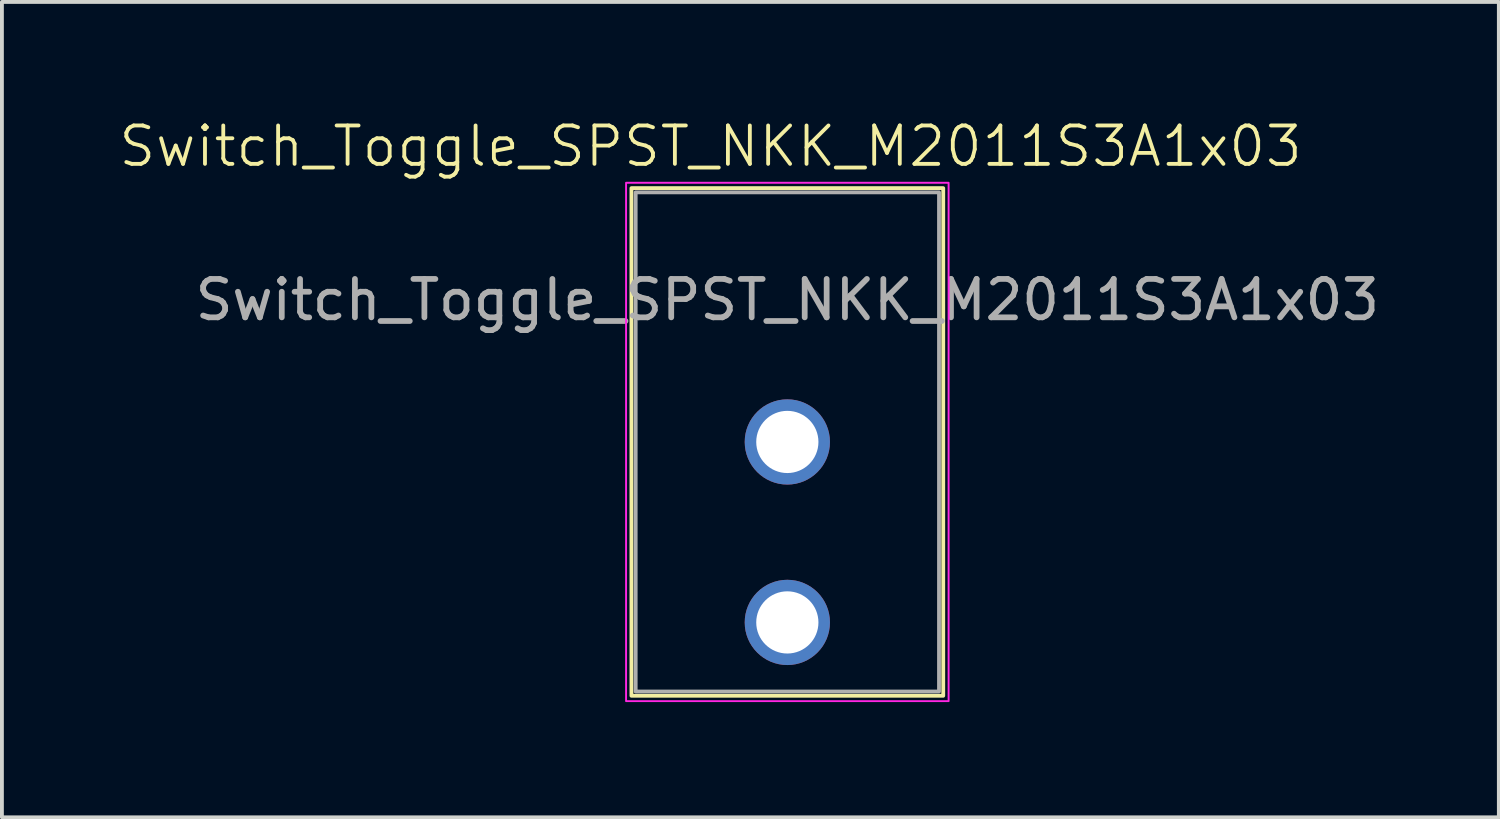
<source format=kicad_pcb>
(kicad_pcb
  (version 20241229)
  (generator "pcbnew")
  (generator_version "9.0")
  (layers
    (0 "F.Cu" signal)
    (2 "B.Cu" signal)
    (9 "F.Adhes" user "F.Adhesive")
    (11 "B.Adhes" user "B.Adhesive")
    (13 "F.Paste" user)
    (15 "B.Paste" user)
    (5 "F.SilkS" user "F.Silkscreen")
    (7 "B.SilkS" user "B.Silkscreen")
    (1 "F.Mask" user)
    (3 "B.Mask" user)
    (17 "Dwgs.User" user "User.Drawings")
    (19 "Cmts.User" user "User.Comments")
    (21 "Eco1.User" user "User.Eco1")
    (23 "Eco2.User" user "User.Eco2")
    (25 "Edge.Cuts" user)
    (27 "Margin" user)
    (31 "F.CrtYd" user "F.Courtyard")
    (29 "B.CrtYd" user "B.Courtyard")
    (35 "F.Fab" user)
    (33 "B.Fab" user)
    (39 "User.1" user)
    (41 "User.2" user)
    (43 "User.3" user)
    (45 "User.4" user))
  (footprint "Switch_Toggle_SPST_NKK_M2011S3A1x03"
    (layer "F.Cu")
    (at 17.455 3.76)
    (property "Reference" "Switch_Toggle_SPST_NKK_M2011S3A1x03" (at -2 -3 0) (unlocked yes) (layer "F.SilkS") (effects (font (size 1 1) (thickness 0.1))))
    (attr smd)
    (fp_rect (start -4.06 -1.91) (end 4.06 11.31) (stroke (width 0.1) (type solid)) (fill no) (layer "F.SilkS"))
    (fp_rect (start -4.2 -2.05) (end 4.2 11.45) (stroke (width 0.05) (type solid)) (fill no) (layer "F.CrtYd"))
    (fp_rect (start -3.95 -1.8) (end 3.95 11.2) (stroke (width 0.1) (type solid)) (fill no) (layer "F.Fab"))
    (fp_text user "${REFERENCE}" (at 0 1 0) (unlocked yes) (layer "F.Fab") (effects (font (size 1 1) (thickness 0.15))))
    (pad "2" thru_hole circle (at 0 4.7) (size 2.22 2.22) (drill 1.62) (layers "*.Cu" "*.Mask"))
    (pad "3" thru_hole circle (at 0 9.4) (size 2.22 2.22) (drill 1.62) (layers "*.Cu" "*.Mask")))
  (gr_rect
    (start -3 -3)
    (end 35.985 18.235)
    (stroke (width 0.1) (type default))
    (fill no)
    (layer "Edge.Cuts")))
</source>
